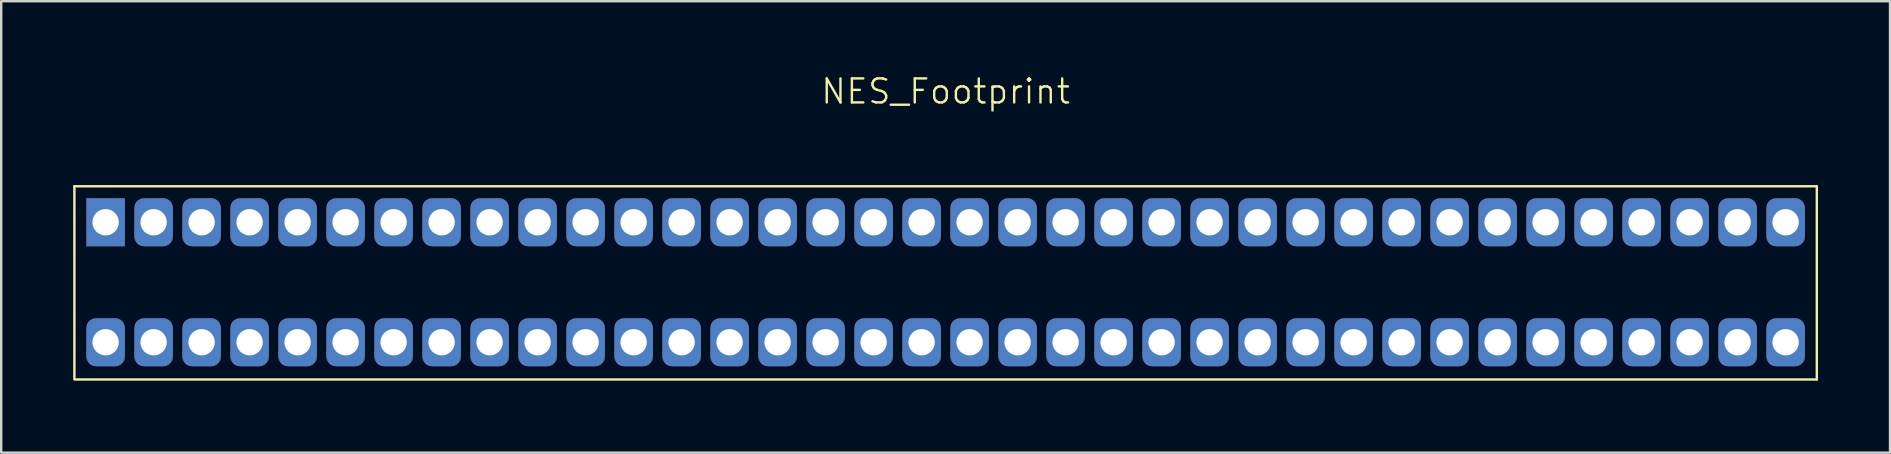
<source format=kicad_pcb>
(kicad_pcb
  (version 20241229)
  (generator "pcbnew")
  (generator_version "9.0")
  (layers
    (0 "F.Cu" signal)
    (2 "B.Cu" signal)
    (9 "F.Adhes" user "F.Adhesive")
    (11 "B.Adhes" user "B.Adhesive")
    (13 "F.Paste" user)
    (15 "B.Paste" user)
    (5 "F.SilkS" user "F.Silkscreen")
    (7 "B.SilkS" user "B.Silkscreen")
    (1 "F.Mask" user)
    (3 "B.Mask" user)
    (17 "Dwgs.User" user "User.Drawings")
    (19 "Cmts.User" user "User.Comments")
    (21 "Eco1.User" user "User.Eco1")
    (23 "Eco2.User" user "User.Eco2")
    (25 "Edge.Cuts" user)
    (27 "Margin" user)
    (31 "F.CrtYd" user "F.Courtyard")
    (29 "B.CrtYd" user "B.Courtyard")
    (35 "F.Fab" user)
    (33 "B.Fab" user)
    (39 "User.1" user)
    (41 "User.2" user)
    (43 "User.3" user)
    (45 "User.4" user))
  (footprint "NES_Footprint"
    (layer "F.Cu")
    (at 36.35 8.71)
    (property "Reference" "NES_Footprint" (at 0 -7.95 0) (unlocked yes) (layer "F.SilkS") (effects (font (size 1 1) (thickness 0.1))))
    (attr smd)
    (fp_line (start -36.3 4) (end -36.3 -4) (stroke (width 0.1) (type default)) (layer "F.SilkS"))
    (fp_line (start 36.3 -4) (end -36.3 -4) (stroke (width 0.1) (type default)) (layer "F.SilkS"))
    (fp_line (start 36.3 4.05) (end -36.3 4.05) (stroke (width 0.1) (type default)) (layer "F.SilkS"))
    (fp_line (start 36.3 4.05) (end 36.3 -4) (stroke (width 0.1) (type default)) (layer "F.SilkS"))
    (pad "1" thru_hole rect (at -35 -2.5) (size 1.6 2) (drill 1.1) (layers "*.Cu" "*.Mask"))
    (pad "2" thru_hole roundrect (at -33 -2.5) (size 1.6 2) (drill 1.1) (layers "*.Cu" "*.Mask") (roundrect_rratio 0.25))
    (pad "3" thru_hole roundrect (at -31 -2.5) (size 1.6 2) (drill 1.1) (layers "*.Cu" "*.Mask") (roundrect_rratio 0.25))
    (pad "4" thru_hole roundrect (at -29 -2.5) (size 1.6 2) (drill 1.1) (layers "*.Cu" "*.Mask") (roundrect_rratio 0.25))
    (pad "5" thru_hole roundrect (at -27 -2.5) (size 1.6 2) (drill 1.1) (layers "*.Cu" "*.Mask") (roundrect_rratio 0.25))
    (pad "6" thru_hole roundrect (at -25 -2.5) (size 1.6 2) (drill 1.1) (layers "*.Cu" "*.Mask") (roundrect_rratio 0.25))
    (pad "7" thru_hole roundrect (at -23 -2.5) (size 1.6 2) (drill 1.1) (layers "*.Cu" "*.Mask") (roundrect_rratio 0.25))
    (pad "8" thru_hole roundrect (at -21 -2.5) (size 1.6 2) (drill 1.1) (layers "*.Cu" "*.Mask") (roundrect_rratio 0.25))
    (pad "9" thru_hole roundrect (at -19 -2.5) (size 1.6 2) (drill 1.1) (layers "*.Cu" "*.Mask") (roundrect_rratio 0.25))
    (pad "10" thru_hole roundrect (at -17 -2.5) (size 1.6 2) (drill 1.1) (layers "*.Cu" "*.Mask") (roundrect_rratio 0.25))
    (pad "11" thru_hole roundrect (at -15 -2.5) (size 1.6 2) (drill 1.1) (layers "*.Cu" "*.Mask") (roundrect_rratio 0.25))
    (pad "12" thru_hole roundrect (at -13 -2.5) (size 1.6 2) (drill 1.1) (layers "*.Cu" "*.Mask") (roundrect_rratio 0.25))
    (pad "13" thru_hole roundrect (at -11 -2.5) (size 1.6 2) (drill 1.1) (layers "*.Cu" "*.Mask") (roundrect_rratio 0.25))
    (pad "14" thru_hole roundrect (at -9 -2.5) (size 1.6 2) (drill 1.1) (layers "*.Cu" "*.Mask") (roundrect_rratio 0.25))
    (pad "15" thru_hole roundrect (at -7 -2.5) (size 1.6 2) (drill 1.1) (layers "*.Cu" "*.Mask") (roundrect_rratio 0.25))
    (pad "16" thru_hole roundrect (at -5 -2.5) (size 1.6 2) (drill 1.1) (layers "*.Cu" "*.Mask") (roundrect_rratio 0.25))
    (pad "17" thru_hole roundrect (at -3 -2.5) (size 1.6 2) (drill 1.1) (layers "*.Cu" "*.Mask") (roundrect_rratio 0.25))
    (pad "18" thru_hole roundrect (at -1 -2.5) (size 1.6 2) (drill 1.1) (layers "*.Cu" "*.Mask") (roundrect_rratio 0.25))
    (pad "19" thru_hole roundrect (at 1 -2.5) (size 1.6 2) (drill 1.1) (layers "*.Cu" "*.Mask") (roundrect_rratio 0.25))
    (pad "20" thru_hole roundrect (at 3 -2.5) (size 1.6 2) (drill 1.1) (layers "*.Cu" "*.Mask") (roundrect_rratio 0.25))
    (pad "21" thru_hole roundrect (at 5 -2.5) (size 1.6 2) (drill 1.1) (layers "*.Cu" "*.Mask") (roundrect_rratio 0.25))
    (pad "22" thru_hole roundrect (at 7 -2.5) (size 1.6 2) (drill 1.1) (layers "*.Cu" "*.Mask") (roundrect_rratio 0.25))
    (pad "23" thru_hole roundrect (at 9 -2.5) (size 1.6 2) (drill 1.1) (layers "*.Cu" "*.Mask") (roundrect_rratio 0.25))
    (pad "24" thru_hole roundrect (at 11 -2.5) (size 1.6 2) (drill 1.1) (layers "*.Cu" "*.Mask") (roundrect_rratio 0.25))
    (pad "25" thru_hole roundrect (at 13 -2.5) (size 1.6 2) (drill 1.1) (layers "*.Cu" "*.Mask") (roundrect_rratio 0.25))
    (pad "26" thru_hole roundrect (at 15 -2.5) (size 1.6 2) (drill 1.1) (layers "*.Cu" "*.Mask") (roundrect_rratio 0.25))
    (pad "27" thru_hole roundrect (at 17 -2.5) (size 1.6 2) (drill 1.1) (layers "*.Cu" "*.Mask") (roundrect_rratio 0.25))
    (pad "28" thru_hole roundrect (at 19 -2.5) (size 1.6 2) (drill 1.1) (layers "*.Cu" "*.Mask") (roundrect_rratio 0.25))
    (pad "29" thru_hole roundrect (at 21 -2.5) (size 1.6 2) (drill 1.1) (layers "*.Cu" "*.Mask") (roundrect_rratio 0.25))
    (pad "30" thru_hole roundrect (at 23 -2.5) (size 1.6 2) (drill 1.1) (layers "*.Cu" "*.Mask") (roundrect_rratio 0.25))
    (pad "31" thru_hole roundrect (at 25 -2.5) (size 1.6 2) (drill 1.1) (layers "*.Cu" "*.Mask") (roundrect_rratio 0.25))
    (pad "32" thru_hole roundrect (at 27 -2.5) (size 1.6 2) (drill 1.1) (layers "*.Cu" "*.Mask") (roundrect_rratio 0.25))
    (pad "33" thru_hole roundrect (at 29 -2.5) (size 1.6 2) (drill 1.1) (layers "*.Cu" "*.Mask") (roundrect_rratio 0.25))
    (pad "34" thru_hole roundrect (at 31 -2.5) (size 1.6 2) (drill 1.1) (layers "*.Cu" "*.Mask") (roundrect_rratio 0.25))
    (pad "35" thru_hole roundrect (at 33 -2.5) (size 1.6 2) (drill 1.1) (layers "*.Cu" "*.Mask") (roundrect_rratio 0.25))
    (pad "36" thru_hole roundrect (at 35 -2.5) (size 1.6 2) (drill 1.1) (layers "*.Cu" "*.Mask") (roundrect_rratio 0.25))
    (pad "37" thru_hole roundrect (at -35 2.5) (size 1.6 2) (drill 1.1) (layers "*.Cu" "*.Mask") (roundrect_rratio 0.25))
    (pad "38" thru_hole roundrect (at -33 2.5) (size 1.6 2) (drill 1.1) (layers "*.Cu" "*.Mask") (roundrect_rratio 0.25))
    (pad "39" thru_hole roundrect (at -31 2.5) (size 1.6 2) (drill 1.1) (layers "*.Cu" "*.Mask") (roundrect_rratio 0.25))
    (pad "40" thru_hole roundrect (at -29 2.5) (size 1.6 2) (drill 1.1) (layers "*.Cu" "*.Mask") (roundrect_rratio 0.25))
    (pad "41" thru_hole roundrect (at -27 2.5) (size 1.6 2) (drill 1.1) (layers "*.Cu" "*.Mask") (roundrect_rratio 0.25))
    (pad "42" thru_hole roundrect (at -25 2.5) (size 1.6 2) (drill 1.1) (layers "*.Cu" "*.Mask") (roundrect_rratio 0.25))
    (pad "43" thru_hole roundrect (at -23 2.5) (size 1.6 2) (drill 1.1) (layers "*.Cu" "*.Mask") (roundrect_rratio 0.25))
    (pad "44" thru_hole roundrect (at -21 2.5) (size 1.6 2) (drill 1.1) (layers "*.Cu" "*.Mask") (roundrect_rratio 0.25))
    (pad "45" thru_hole roundrect (at -19 2.5) (size 1.6 2) (drill 1.1) (layers "*.Cu" "*.Mask") (roundrect_rratio 0.25))
    (pad "46" thru_hole roundrect (at -17 2.5) (size 1.6 2) (drill 1.1) (layers "*.Cu" "*.Mask") (roundrect_rratio 0.25))
    (pad "47" thru_hole roundrect (at -15 2.5) (size 1.6 2) (drill 1.1) (layers "*.Cu" "*.Mask") (roundrect_rratio 0.25))
    (pad "48" thru_hole roundrect (at -13 2.5) (size 1.6 2) (drill 1.1) (layers "*.Cu" "*.Mask") (roundrect_rratio 0.25))
    (pad "49" thru_hole roundrect (at -11 2.5) (size 1.6 2) (drill 1.1) (layers "*.Cu" "*.Mask") (roundrect_rratio 0.25))
    (pad "50" thru_hole roundrect (at -9 2.5) (size 1.6 2) (drill 1.1) (layers "*.Cu" "*.Mask") (roundrect_rratio 0.25))
    (pad "51" thru_hole roundrect (at -7 2.5) (size 1.6 2) (drill 1.1) (layers "*.Cu" "*.Mask") (roundrect_rratio 0.25))
    (pad "52" thru_hole roundrect (at -5 2.5) (size 1.6 2) (drill 1.1) (layers "*.Cu" "*.Mask") (roundrect_rratio 0.25))
    (pad "53" thru_hole roundrect (at -3 2.5) (size 1.6 2) (drill 1.1) (layers "*.Cu" "*.Mask") (roundrect_rratio 0.25))
    (pad "54" thru_hole roundrect (at -1 2.5) (size 1.6 2) (drill 1.1) (layers "*.Cu" "*.Mask") (roundrect_rratio 0.25))
    (pad "55" thru_hole roundrect (at 1 2.5) (size 1.6 2) (drill 1.1) (layers "*.Cu" "*.Mask") (roundrect_rratio 0.25))
    (pad "56" thru_hole roundrect (at 3 2.5) (size 1.6 2) (drill 1.1) (layers "*.Cu" "*.Mask") (roundrect_rratio 0.25))
    (pad "57" thru_hole roundrect (at 5 2.5) (size 1.6 2) (drill 1.1) (layers "*.Cu" "*.Mask") (roundrect_rratio 0.25))
    (pad "58" thru_hole roundrect (at 7 2.5) (size 1.6 2) (drill 1.1) (layers "*.Cu" "*.Mask") (roundrect_rratio 0.25))
    (pad "59" thru_hole roundrect (at 9 2.5) (size 1.6 2) (drill 1.1) (layers "*.Cu" "*.Mask") (roundrect_rratio 0.25))
    (pad "60" thru_hole roundrect (at 11 2.5) (size 1.6 2) (drill 1.1) (layers "*.Cu" "*.Mask") (roundrect_rratio 0.25))
    (pad "61" thru_hole roundrect (at 13 2.5) (size 1.6 2) (drill 1.1) (layers "*.Cu" "*.Mask") (roundrect_rratio 0.25))
    (pad "62" thru_hole roundrect (at 15 2.5) (size 1.6 2) (drill 1.1) (layers "*.Cu" "*.Mask") (roundrect_rratio 0.25))
    (pad "63" thru_hole roundrect (at 17 2.5) (size 1.6 2) (drill 1.1) (layers "*.Cu" "*.Mask") (roundrect_rratio 0.25))
    (pad "64" thru_hole roundrect (at 19 2.5) (size 1.6 2) (drill 1.1) (layers "*.Cu" "*.Mask") (roundrect_rratio 0.25))
    (pad "65" thru_hole roundrect (at 21 2.5) (size 1.6 2) (drill 1.1) (layers "*.Cu" "*.Mask") (roundrect_rratio 0.25))
    (pad "66" thru_hole roundrect (at 23 2.5) (size 1.6 2) (drill 1.1) (layers "*.Cu" "*.Mask") (roundrect_rratio 0.25))
    (pad "67" thru_hole roundrect (at 25 2.5) (size 1.6 2) (drill 1.1) (layers "*.Cu" "*.Mask") (roundrect_rratio 0.25))
    (pad "68" thru_hole roundrect (at 27 2.5) (size 1.6 2) (drill 1.1) (layers "*.Cu" "*.Mask") (roundrect_rratio 0.25))
    (pad "69" thru_hole roundrect (at 29 2.5) (size 1.6 2) (drill 1.1) (layers "*.Cu" "*.Mask") (roundrect_rratio 0.25))
    (pad "70" thru_hole roundrect (at 31 2.5) (size 1.6 2) (drill 1.1) (layers "*.Cu" "*.Mask") (roundrect_rratio 0.25))
    (pad "71" thru_hole roundrect (at 33 2.5) (size 1.6 2) (drill 1.1) (layers "*.Cu" "*.Mask") (roundrect_rratio 0.25))
    (pad "72" thru_hole roundrect (at 35 2.5) (size 1.6 2) (drill 1.1) (layers "*.Cu" "*.Mask") (roundrect_rratio 0.25)))
  (gr_rect
    (start -3 -3)
    (end 75.7 15.81)
    (stroke (width 0.1) (type default))
    (fill no)
    (layer "Edge.Cuts")))
</source>
